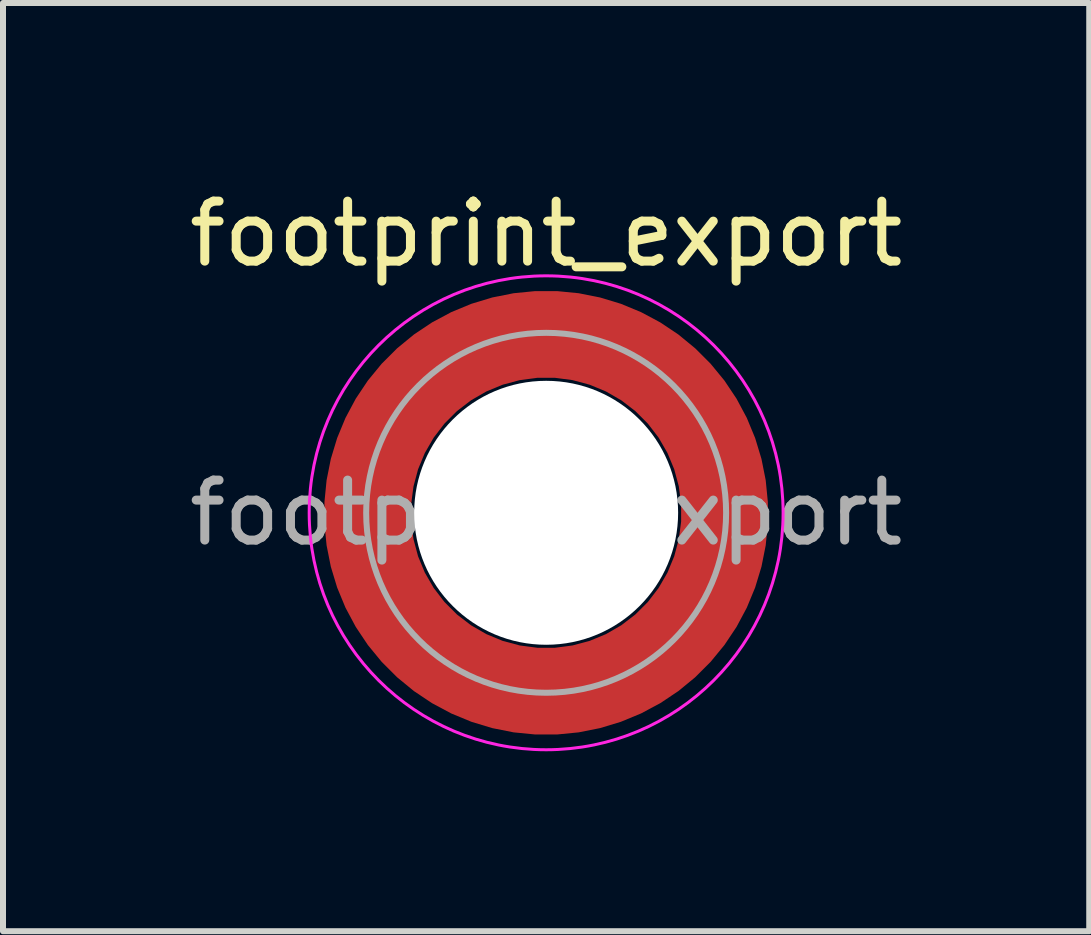
<source format=kicad_pcb>
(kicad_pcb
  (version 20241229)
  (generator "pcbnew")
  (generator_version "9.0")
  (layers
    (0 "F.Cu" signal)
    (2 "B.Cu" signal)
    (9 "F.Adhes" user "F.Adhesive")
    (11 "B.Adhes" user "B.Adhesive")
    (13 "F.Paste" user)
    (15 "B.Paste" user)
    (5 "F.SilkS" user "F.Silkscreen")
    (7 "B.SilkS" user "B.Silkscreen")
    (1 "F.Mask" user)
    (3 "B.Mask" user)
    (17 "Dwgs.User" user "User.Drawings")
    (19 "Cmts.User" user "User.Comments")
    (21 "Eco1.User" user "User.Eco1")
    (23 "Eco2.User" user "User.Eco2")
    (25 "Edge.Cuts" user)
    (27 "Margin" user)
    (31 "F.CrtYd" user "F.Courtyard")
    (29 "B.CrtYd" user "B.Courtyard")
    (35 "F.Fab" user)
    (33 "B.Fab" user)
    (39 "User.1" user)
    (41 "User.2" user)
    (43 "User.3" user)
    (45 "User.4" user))
  (footprint "footprint_export"
    (layer "F.Cu")
    (at 6.054 5.498)
    (property "Reference" "footprint_export" (at 0 -4.65 0) (layer "F.SilkS") (effects (font (size 1 1) (thickness 0.15))))
    (attr smd)
    (fp_circle (center 0 0) (end 3.95 0) (stroke (width 0.05) (type solid)) (fill no) (layer "F.CrtYd"))
    (fp_circle (center 0 0) (end 3 0) (stroke (width 0.1) (type solid)) (fill no) (layer "F.Fab"))
    (fp_text user "${REFERENCE}" (at 0 0 0) (layer "F.Fab") (effects (font (size 1 1) (thickness 0.15))))
    (pad "" smd custom (at -2.095 -2.095) (size 0.945 0.945) (layers "F.Paste") (options (anchor circle)) (primitives (gr_arc (start -0.24231 1.594804) (mid 0.404104 0.405534) (end 1.592827 -0.241886) (width 0.2)) (gr_arc (start -0.3398 1.594804) (mid 0.335987 0.338711) (end 1.591031 -0.339022) (width 0.2)) (gr_arc (start -0.437132 1.594804) (mid 0.268952 0.270807) (end 1.592231 -0.436623) (width 0.2)) (gr_arc (start -0.534324 1.594804) (mid 0.201345 0.203474) (end 1.591846 -0.53376) (width 0.2)) (gr_arc (start -0.631391 1.594804) (mid 0.134696 0.135183) (end 1.594126 -0.631267) (width 0.2)) (gr_arc (start -0.728345 1.594804) (mid 0.067234 0.067705) (end 1.594149 -0.728229) (width 0.2)) (gr_arc (start -0.825197 1.594804) (mid -0.001218 0.001219) (end 1.591408 -0.824614) (width 0.2)) (gr_arc (start -0.921958 1.594804) (mid -0.068952 -0.065985) (end 1.590665 -0.921269) (width 0.2)) (gr_arc (start -1.018637 1.594804) (mid -0.135972 -0.133907) (end 1.59192 -1.018172) (width 0.2)) (gr_arc (start -1.115239 1.594804) (mid -0.20428 -0.200537) (end 1.589574 -1.11442) (width 0.2)) (gr_arc (start -1.211773 1.594804) (mid -0.26993 -0.269828) (end 1.594662 -1.211751) (width 0.2)) (gr_arc (start -1.308244 1.594804) (mid -0.33911 -0.335587) (end 1.589875 -1.307516) (width 0.2)) (gr_arc (start -1.404657 1.594804) (mid -0.405633 -0.404004) (end 1.592524 -1.404331) (width 0.2)) (gr_arc (start -1.404657 1.594804) (mid -0.405633 -0.404004) (end 1.592524 -1.404331) (width 0.2)) (gr_line (start 1.595 -0.242) (end 1.595 -1.405) (width 0.2)) (gr_line (start -0.242 1.595) (end -1.405 1.595) (width 0.2))))
    (pad "" smd custom (at -2.095 2.095) (size 0.945 0.945) (layers "F.Paste") (options (anchor circle)) (primitives (gr_arc (start 1.594804 0.24231) (mid 0.405534 -0.404104) (end -0.241886 -1.592827) (width 0.2)) (gr_arc (start 1.594804 0.3398) (mid 0.338711 -0.335987) (end -0.339022 -1.591031) (width 0.2)) (gr_arc (start 1.594804 0.437132) (mid 0.270807 -0.268952) (end -0.436623 -1.592231) (width 0.2)) (gr_arc (start 1.594804 0.534324) (mid 0.203474 -0.201345) (end -0.53376 -1.591846) (width 0.2)) (gr_arc (start 1.594804 0.631391) (mid 0.135183 -0.134696) (end -0.631267 -1.594126) (width 0.2)) (gr_arc (start 1.594804 0.728345) (mid 0.067705 -0.067234) (end -0.728229 -1.594149) (width 0.2)) (gr_arc (start 1.594804 0.825197) (mid 0.001219 0.001218) (end -0.824614 -1.591408) (width 0.2)) (gr_arc (start 1.594804 0.921958) (mid -0.065985 0.068952) (end -0.921269 -1.590665) (width 0.2)) (gr_arc (start 1.594804 1.018637) (mid -0.133907 0.135972) (end -1.018172 -1.59192) (width 0.2)) (gr_arc (start 1.594804 1.115239) (mid -0.200537 0.20428) (end -1.11442 -1.589574) (width 0.2)) (gr_arc (start 1.594804 1.211773) (mid -0.269828 0.26993) (end -1.211751 -1.594662) (width 0.2)) (gr_arc (start 1.594804 1.308244) (mid -0.335587 0.33911) (end -1.307516 -1.589875) (width 0.2)) (gr_arc (start 1.594804 1.404657) (mid -0.404004 0.405633) (end -1.404331 -1.592524) (width 0.2)) (gr_arc (start 1.594804 1.404657) (mid -0.404004 0.405633) (end -1.404331 -1.592524) (width 0.2)) (gr_line (start -0.242 -1.595) (end -1.405 -1.595) (width 0.2)) (gr_line (start 1.595 0.242) (end 1.595 1.405) (width 0.2))))
    (pad "" np_thru_hole circle (at 0 0) (size 4.4 4.4) (drill 4.4) (layers "*.Cu" "*.Mask"))
    (pad "" smd custom (at 2.095 -2.095) (size 0.945 0.945) (layers "F.Paste") (options (anchor circle)) (primitives (gr_arc (start -1.594804 -0.24231) (mid -0.405534 0.404104) (end 0.241886 1.592827) (width 0.2)) (gr_arc (start -1.594804 -0.3398) (mid -0.338711 0.335987) (end 0.339022 1.591031) (width 0.2)) (gr_arc (start -1.594804 -0.437132) (mid -0.270807 0.268952) (end 0.436623 1.592231) (width 0.2)) (gr_arc (start -1.594804 -0.534324) (mid -0.203474 0.201345) (end 0.53376 1.591846) (width 0.2)) (gr_arc (start -1.594804 -0.631391) (mid -0.135183 0.134696) (end 0.631267 1.594126) (width 0.2)) (gr_arc (start -1.594804 -0.728345) (mid -0.067705 0.067234) (end 0.728229 1.594149) (width 0.2)) (gr_arc (start -1.594804 -0.825197) (mid -0.001219 -0.001218) (end 0.824614 1.591408) (width 0.2)) (gr_arc (start -1.594804 -0.921958) (mid 0.065985 -0.068952) (end 0.921269 1.590665) (width 0.2)) (gr_arc (start -1.594804 -1.018637) (mid 0.133907 -0.135972) (end 1.018172 1.59192) (width 0.2)) (gr_arc (start -1.594804 -1.115239) (mid 0.200537 -0.20428) (end 1.11442 1.589574) (width 0.2)) (gr_arc (start -1.594804 -1.211773) (mid 0.269828 -0.26993) (end 1.211751 1.594662) (width 0.2)) (gr_arc (start -1.594804 -1.308244) (mid 0.335587 -0.33911) (end 1.307516 1.589875) (width 0.2)) (gr_arc (start -1.594804 -1.404657) (mid 0.404004 -0.405633) (end 1.404331 1.592524) (width 0.2)) (gr_arc (start -1.594804 -1.404657) (mid 0.404004 -0.405633) (end 1.404331 1.592524) (width 0.2)) (gr_line (start 0.242 1.595) (end 1.405 1.595) (width 0.2)) (gr_line (start -1.595 -0.242) (end -1.595 -1.405) (width 0.2))))
    (pad "" smd custom (at 2.095 2.095) (size 0.945 0.945) (layers "F.Paste") (options (anchor circle)) (primitives (gr_arc (start 0.24231 -1.594804) (mid -0.404104 -0.405534) (end -1.592827 0.241886) (width 0.2)) (gr_arc (start 0.3398 -1.594804) (mid -0.335987 -0.338711) (end -1.591031 0.339022) (width 0.2)) (gr_arc (start 0.437132 -1.594804) (mid -0.268952 -0.270807) (end -1.592231 0.436623) (width 0.2)) (gr_arc (start 0.534324 -1.594804) (mid -0.201345 -0.203474) (end -1.591846 0.53376) (width 0.2)) (gr_arc (start 0.631391 -1.594804) (mid -0.134696 -0.135183) (end -1.594126 0.631267) (width 0.2)) (gr_arc (start 0.728345 -1.594804) (mid -0.067234 -0.067705) (end -1.594149 0.728229) (width 0.2)) (gr_arc (start 0.825197 -1.594804) (mid 0.001218 -0.001219) (end -1.591408 0.824614) (width 0.2)) (gr_arc (start 0.921958 -1.594804) (mid 0.068952 0.065985) (end -1.590665 0.921269) (width 0.2)) (gr_arc (start 1.018637 -1.594804) (mid 0.135972 0.133907) (end -1.59192 1.018172) (width 0.2)) (gr_arc (start 1.115239 -1.594804) (mid 0.20428 0.200537) (end -1.589574 1.11442) (width 0.2)) (gr_arc (start 1.211773 -1.594804) (mid 0.26993 0.269828) (end -1.594662 1.211751) (width 0.2)) (gr_arc (start 1.308244 -1.594804) (mid 0.33911 0.335587) (end -1.589875 1.307516) (width 0.2)) (gr_arc (start 1.404657 -1.594804) (mid 0.405633 0.404004) (end -1.592524 1.404331) (width 0.2)) (gr_arc (start 1.404657 -1.594804) (mid 0.405633 0.404004) (end -1.592524 1.404331) (width 0.2)) (gr_line (start -1.595 0.242) (end -1.595 1.405) (width 0.2)) (gr_line (start 0.242 -1.595) (end 1.405 -1.595) (width 0.2))))
    (pad "1" smd circle (at -2.975 0) (size 1.05 1.05) (layers "F.Cu"))
    (pad "1" smd circle (at 0 -2.975) (size 1.05 1.05) (layers "F.Cu"))
    (pad "1" smd circle (at 0 2.975) (size 1.05 1.05) (layers "F.Cu"))
    (pad "1" smd custom (at 2.975 0) (size 1.05 1.05) (layers "F.Cu" "F.Mask") (options (anchor circle)) (primitives (gr_circle (center -2.975 0) (end 0 0) (width 1.45) (fill no)))))
  (gr_rect
    (start -3 -3)
    (end 15.107 12.473)
    (stroke (width 0.1) (type default))
    (fill no)
    (layer "Edge.Cuts")))
</source>
